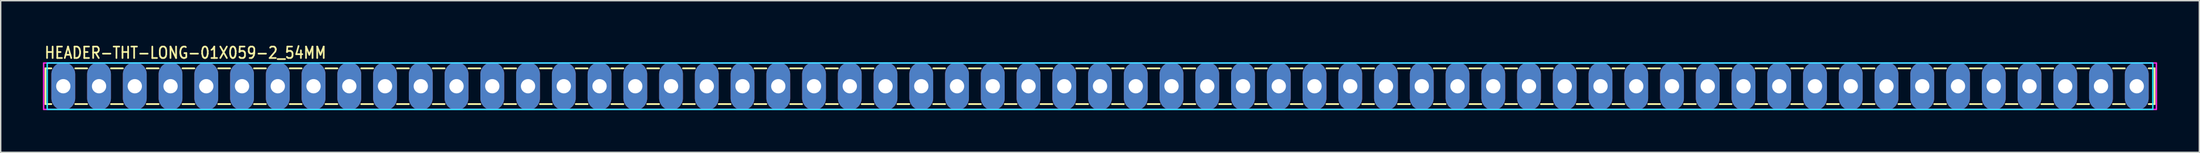
<source format=kicad_pcb>
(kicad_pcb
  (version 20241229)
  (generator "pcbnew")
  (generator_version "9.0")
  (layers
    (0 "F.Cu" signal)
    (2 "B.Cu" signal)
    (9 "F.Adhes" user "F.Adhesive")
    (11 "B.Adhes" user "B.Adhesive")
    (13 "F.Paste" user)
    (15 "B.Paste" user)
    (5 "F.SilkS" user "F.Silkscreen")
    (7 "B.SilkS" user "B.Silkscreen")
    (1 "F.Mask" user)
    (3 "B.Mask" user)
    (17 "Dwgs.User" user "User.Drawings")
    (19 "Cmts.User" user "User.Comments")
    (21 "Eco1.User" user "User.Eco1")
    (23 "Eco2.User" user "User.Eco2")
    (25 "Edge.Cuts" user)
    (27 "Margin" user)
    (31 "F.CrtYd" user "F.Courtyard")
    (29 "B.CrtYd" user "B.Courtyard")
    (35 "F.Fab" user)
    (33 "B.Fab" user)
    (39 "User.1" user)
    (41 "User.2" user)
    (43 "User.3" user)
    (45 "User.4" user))
  (footprint "HEADER-THT-LONG-01X059-2_54MM"
    (layer "F.Cu")
    (at 1.447 3.079)
    (property "Reference" "HEADER-THT-LONG-01X059-2_54MM" (at -1.4 -1.9 0) (unlocked yes) (layer "F.SilkS") (effects (font (size 0.813 0.695) (thickness 0.122)) (justify left bottom)))
    (fp_line (start -1.27 -1.27) (end -1.27 1.27) (stroke (width 0.127) (type solid)) (layer "F.SilkS"))
    (fp_line (start -1.27 1.27) (end -0.85 1.27) (stroke (width 0.127) (type solid)) (layer "F.SilkS"))
    (fp_line (start -0.85 -1.27) (end -1.27 -1.27) (stroke (width 0.127) (type solid)) (layer "F.SilkS"))
    (fp_line (start 0.85 -1.27) (end 1.69 -1.27) (stroke (width 0.127) (type solid)) (layer "F.SilkS"))
    (fp_line (start 0.85 1.27) (end 1.69 1.27) (stroke (width 0.127) (type solid)) (layer "F.SilkS"))
    (fp_line (start 3.39 -1.27) (end 4.23 -1.27) (stroke (width 0.127) (type solid)) (layer "F.SilkS"))
    (fp_line (start 3.39 1.27) (end 4.23 1.27) (stroke (width 0.127) (type solid)) (layer "F.SilkS"))
    (fp_line (start 5.93 -1.27) (end 6.77 -1.27) (stroke (width 0.127) (type solid)) (layer "F.SilkS"))
    (fp_line (start 5.93 1.27) (end 6.77 1.27) (stroke (width 0.127) (type solid)) (layer "F.SilkS"))
    (fp_line (start 8.47 -1.27) (end 9.31 -1.27) (stroke (width 0.127) (type solid)) (layer "F.SilkS"))
    (fp_line (start 8.47 1.27) (end 9.31 1.27) (stroke (width 0.127) (type solid)) (layer "F.SilkS"))
    (fp_line (start 11.01 -1.27) (end 11.85 -1.27) (stroke (width 0.127) (type solid)) (layer "F.SilkS"))
    (fp_line (start 11.01 1.27) (end 11.85 1.27) (stroke (width 0.127) (type solid)) (layer "F.SilkS"))
    (fp_line (start 13.55 -1.27) (end 14.39 -1.27) (stroke (width 0.127) (type solid)) (layer "F.SilkS"))
    (fp_line (start 13.55 1.27) (end 14.39 1.27) (stroke (width 0.127) (type solid)) (layer "F.SilkS"))
    (fp_line (start 16.09 -1.27) (end 16.93 -1.27) (stroke (width 0.127) (type solid)) (layer "F.SilkS"))
    (fp_line (start 16.09 1.27) (end 16.93 1.27) (stroke (width 0.127) (type solid)) (layer "F.SilkS"))
    (fp_line (start 18.63 -1.27) (end 19.47 -1.27) (stroke (width 0.127) (type solid)) (layer "F.SilkS"))
    (fp_line (start 18.63 1.27) (end 19.47 1.27) (stroke (width 0.127) (type solid)) (layer "F.SilkS"))
    (fp_line (start 21.17 -1.27) (end 22.01 -1.27) (stroke (width 0.127) (type solid)) (layer "F.SilkS"))
    (fp_line (start 21.17 1.27) (end 22.01 1.27) (stroke (width 0.127) (type solid)) (layer "F.SilkS"))
    (fp_line (start 23.71 -1.27) (end 24.55 -1.27) (stroke (width 0.127) (type solid)) (layer "F.SilkS"))
    (fp_line (start 23.71 1.27) (end 24.55 1.27) (stroke (width 0.127) (type solid)) (layer "F.SilkS"))
    (fp_line (start 26.25 -1.27) (end 27.09 -1.27) (stroke (width 0.127) (type solid)) (layer "F.SilkS"))
    (fp_line (start 26.25 1.27) (end 27.09 1.27) (stroke (width 0.127) (type solid)) (layer "F.SilkS"))
    (fp_line (start 28.79 -1.27) (end 29.63 -1.27) (stroke (width 0.127) (type solid)) (layer "F.SilkS"))
    (fp_line (start 28.79 1.27) (end 29.63 1.27) (stroke (width 0.127) (type solid)) (layer "F.SilkS"))
    (fp_line (start 31.33 -1.27) (end 32.17 -1.27) (stroke (width 0.127) (type solid)) (layer "F.SilkS"))
    (fp_line (start 31.33 1.27) (end 32.17 1.27) (stroke (width 0.127) (type solid)) (layer "F.SilkS"))
    (fp_line (start 33.87 -1.27) (end 34.71 -1.27) (stroke (width 0.127) (type solid)) (layer "F.SilkS"))
    (fp_line (start 33.87 1.27) (end 34.71 1.27) (stroke (width 0.127) (type solid)) (layer "F.SilkS"))
    (fp_line (start 36.41 -1.27) (end 37.25 -1.27) (stroke (width 0.127) (type solid)) (layer "F.SilkS"))
    (fp_line (start 36.41 1.27) (end 37.25 1.27) (stroke (width 0.127) (type solid)) (layer "F.SilkS"))
    (fp_line (start 38.95 -1.27) (end 39.79 -1.27) (stroke (width 0.127) (type solid)) (layer "F.SilkS"))
    (fp_line (start 38.95 1.27) (end 39.79 1.27) (stroke (width 0.127) (type solid)) (layer "F.SilkS"))
    (fp_line (start 41.49 -1.27) (end 42.33 -1.27) (stroke (width 0.127) (type solid)) (layer "F.SilkS"))
    (fp_line (start 41.49 1.27) (end 42.33 1.27) (stroke (width 0.127) (type solid)) (layer "F.SilkS"))
    (fp_line (start 44.03 -1.27) (end 44.87 -1.27) (stroke (width 0.127) (type solid)) (layer "F.SilkS"))
    (fp_line (start 44.03 1.27) (end 44.87 1.27) (stroke (width 0.127) (type solid)) (layer "F.SilkS"))
    (fp_line (start 46.57 -1.27) (end 47.41 -1.27) (stroke (width 0.127) (type solid)) (layer "F.SilkS"))
    (fp_line (start 46.57 1.27) (end 47.41 1.27) (stroke (width 0.127) (type solid)) (layer "F.SilkS"))
    (fp_line (start 49.11 -1.27) (end 49.95 -1.27) (stroke (width 0.127) (type solid)) (layer "F.SilkS"))
    (fp_line (start 49.11 1.27) (end 49.95 1.27) (stroke (width 0.127) (type solid)) (layer "F.SilkS"))
    (fp_line (start 51.65 -1.27) (end 52.49 -1.27) (stroke (width 0.127) (type solid)) (layer "F.SilkS"))
    (fp_line (start 51.65 1.27) (end 52.49 1.27) (stroke (width 0.127) (type solid)) (layer "F.SilkS"))
    (fp_line (start 54.19 -1.27) (end 55.03 -1.27) (stroke (width 0.127) (type solid)) (layer "F.SilkS"))
    (fp_line (start 54.19 1.27) (end 55.03 1.27) (stroke (width 0.127) (type solid)) (layer "F.SilkS"))
    (fp_line (start 56.73 -1.27) (end 57.57 -1.27) (stroke (width 0.127) (type solid)) (layer "F.SilkS"))
    (fp_line (start 56.73 1.27) (end 57.57 1.27) (stroke (width 0.127) (type solid)) (layer "F.SilkS"))
    (fp_line (start 59.27 -1.27) (end 60.11 -1.27) (stroke (width 0.127) (type solid)) (layer "F.SilkS"))
    (fp_line (start 59.27 1.27) (end 60.11 1.27) (stroke (width 0.127) (type solid)) (layer "F.SilkS"))
    (fp_line (start 61.81 -1.27) (end 62.65 -1.27) (stroke (width 0.127) (type solid)) (layer "F.SilkS"))
    (fp_line (start 61.81 1.27) (end 62.65 1.27) (stroke (width 0.127) (type solid)) (layer "F.SilkS"))
    (fp_line (start 64.35 -1.27) (end 65.19 -1.27) (stroke (width 0.127) (type solid)) (layer "F.SilkS"))
    (fp_line (start 64.35 1.27) (end 65.19 1.27) (stroke (width 0.127) (type solid)) (layer "F.SilkS"))
    (fp_line (start 66.89 -1.27) (end 67.73 -1.27) (stroke (width 0.127) (type solid)) (layer "F.SilkS"))
    (fp_line (start 66.89 1.27) (end 67.73 1.27) (stroke (width 0.127) (type solid)) (layer "F.SilkS"))
    (fp_line (start 69.43 -1.27) (end 70.27 -1.27) (stroke (width 0.127) (type solid)) (layer "F.SilkS"))
    (fp_line (start 69.43 1.27) (end 70.27 1.27) (stroke (width 0.127) (type solid)) (layer "F.SilkS"))
    (fp_line (start 71.97 -1.27) (end 72.81 -1.27) (stroke (width 0.127) (type solid)) (layer "F.SilkS"))
    (fp_line (start 71.97 1.27) (end 72.81 1.27) (stroke (width 0.127) (type solid)) (layer "F.SilkS"))
    (fp_line (start 74.51 -1.27) (end 75.35 -1.27) (stroke (width 0.127) (type solid)) (layer "F.SilkS"))
    (fp_line (start 74.51 1.27) (end 75.35 1.27) (stroke (width 0.127) (type solid)) (layer "F.SilkS"))
    (fp_line (start 77.05 -1.27) (end 77.89 -1.27) (stroke (width 0.127) (type solid)) (layer "F.SilkS"))
    (fp_line (start 77.05 1.27) (end 77.89 1.27) (stroke (width 0.127) (type solid)) (layer "F.SilkS"))
    (fp_line (start 79.59 -1.27) (end 80.43 -1.27) (stroke (width 0.127) (type solid)) (layer "F.SilkS"))
    (fp_line (start 79.59 1.27) (end 80.43 1.27) (stroke (width 0.127) (type solid)) (layer "F.SilkS"))
    (fp_line (start 82.13 -1.27) (end 82.97 -1.27) (stroke (width 0.127) (type solid)) (layer "F.SilkS"))
    (fp_line (start 82.13 1.27) (end 82.97 1.27) (stroke (width 0.127) (type solid)) (layer "F.SilkS"))
    (fp_line (start 84.67 -1.27) (end 85.51 -1.27) (stroke (width 0.127) (type solid)) (layer "F.SilkS"))
    (fp_line (start 84.67 1.27) (end 85.51 1.27) (stroke (width 0.127) (type solid)) (layer "F.SilkS"))
    (fp_line (start 87.21 -1.27) (end 88.05 -1.27) (stroke (width 0.127) (type solid)) (layer "F.SilkS"))
    (fp_line (start 87.21 1.27) (end 88.05 1.27) (stroke (width 0.127) (type solid)) (layer "F.SilkS"))
    (fp_line (start 89.75 -1.27) (end 90.59 -1.27) (stroke (width 0.127) (type solid)) (layer "F.SilkS"))
    (fp_line (start 89.75 1.27) (end 90.59 1.27) (stroke (width 0.127) (type solid)) (layer "F.SilkS"))
    (fp_line (start 92.29 -1.27) (end 93.13 -1.27) (stroke (width 0.127) (type solid)) (layer "F.SilkS"))
    (fp_line (start 92.29 1.27) (end 93.13 1.27) (stroke (width 0.127) (type solid)) (layer "F.SilkS"))
    (fp_line (start 94.83 -1.27) (end 95.67 -1.27) (stroke (width 0.127) (type solid)) (layer "F.SilkS"))
    (fp_line (start 94.83 1.27) (end 95.67 1.27) (stroke (width 0.127) (type solid)) (layer "F.SilkS"))
    (fp_line (start 97.37 -1.27) (end 98.21 -1.27) (stroke (width 0.127) (type solid)) (layer "F.SilkS"))
    (fp_line (start 97.37 1.27) (end 98.21 1.27) (stroke (width 0.127) (type solid)) (layer "F.SilkS"))
    (fp_line (start 99.91 -1.27) (end 100.75 -1.27) (stroke (width 0.127) (type solid)) (layer "F.SilkS"))
    (fp_line (start 99.91 1.27) (end 100.75 1.27) (stroke (width 0.127) (type solid)) (layer "F.SilkS"))
    (fp_line (start 102.45 -1.27) (end 103.29 -1.27) (stroke (width 0.127) (type solid)) (layer "F.SilkS"))
    (fp_line (start 102.45 1.27) (end 103.29 1.27) (stroke (width 0.127) (type solid)) (layer "F.SilkS"))
    (fp_line (start 104.99 -1.27) (end 105.83 -1.27) (stroke (width 0.127) (type solid)) (layer "F.SilkS"))
    (fp_line (start 104.99 1.27) (end 105.83 1.27) (stroke (width 0.127) (type solid)) (layer "F.SilkS"))
    (fp_line (start 107.53 -1.27) (end 108.37 -1.27) (stroke (width 0.127) (type solid)) (layer "F.SilkS"))
    (fp_line (start 107.53 1.27) (end 108.37 1.27) (stroke (width 0.127) (type solid)) (layer "F.SilkS"))
    (fp_line (start 110.07 -1.27) (end 110.91 -1.27) (stroke (width 0.127) (type solid)) (layer "F.SilkS"))
    (fp_line (start 110.07 1.27) (end 110.91 1.27) (stroke (width 0.127) (type solid)) (layer "F.SilkS"))
    (fp_line (start 112.61 -1.27) (end 113.45 -1.27) (stroke (width 0.127) (type solid)) (layer "F.SilkS"))
    (fp_line (start 112.61 1.27) (end 113.45 1.27) (stroke (width 0.127) (type solid)) (layer "F.SilkS"))
    (fp_line (start 115.15 -1.27) (end 115.99 -1.27) (stroke (width 0.127) (type solid)) (layer "F.SilkS"))
    (fp_line (start 115.15 1.27) (end 115.99 1.27) (stroke (width 0.127) (type solid)) (layer "F.SilkS"))
    (fp_line (start 117.69 -1.27) (end 118.53 -1.27) (stroke (width 0.127) (type solid)) (layer "F.SilkS"))
    (fp_line (start 117.69 1.27) (end 118.53 1.27) (stroke (width 0.127) (type solid)) (layer "F.SilkS"))
    (fp_line (start 120.23 -1.27) (end 121.07 -1.27) (stroke (width 0.127) (type solid)) (layer "F.SilkS"))
    (fp_line (start 120.23 1.27) (end 121.07 1.27) (stroke (width 0.127) (type solid)) (layer "F.SilkS"))
    (fp_line (start 122.77 -1.27) (end 123.61 -1.27) (stroke (width 0.127) (type solid)) (layer "F.SilkS"))
    (fp_line (start 122.77 1.27) (end 123.61 1.27) (stroke (width 0.127) (type solid)) (layer "F.SilkS"))
    (fp_line (start 125.31 -1.27) (end 126.15 -1.27) (stroke (width 0.127) (type solid)) (layer "F.SilkS"))
    (fp_line (start 125.31 1.27) (end 126.15 1.27) (stroke (width 0.127) (type solid)) (layer "F.SilkS"))
    (fp_line (start 127.85 -1.27) (end 128.69 -1.27) (stroke (width 0.127) (type solid)) (layer "F.SilkS"))
    (fp_line (start 127.85 1.27) (end 128.69 1.27) (stroke (width 0.127) (type solid)) (layer "F.SilkS"))
    (fp_line (start 130.39 -1.27) (end 131.23 -1.27) (stroke (width 0.127) (type solid)) (layer "F.SilkS"))
    (fp_line (start 130.39 1.27) (end 131.23 1.27) (stroke (width 0.127) (type solid)) (layer "F.SilkS"))
    (fp_line (start 132.93 -1.27) (end 133.77 -1.27) (stroke (width 0.127) (type solid)) (layer "F.SilkS"))
    (fp_line (start 132.93 1.27) (end 133.77 1.27) (stroke (width 0.127) (type solid)) (layer "F.SilkS"))
    (fp_line (start 135.47 -1.27) (end 136.31 -1.27) (stroke (width 0.127) (type solid)) (layer "F.SilkS"))
    (fp_line (start 135.47 1.27) (end 136.31 1.27) (stroke (width 0.127) (type solid)) (layer "F.SilkS"))
    (fp_line (start 138.01 -1.27) (end 138.85 -1.27) (stroke (width 0.127) (type solid)) (layer "F.SilkS"))
    (fp_line (start 138.01 1.27) (end 138.85 1.27) (stroke (width 0.127) (type solid)) (layer "F.SilkS"))
    (fp_line (start 140.55 -1.27) (end 141.39 -1.27) (stroke (width 0.127) (type solid)) (layer "F.SilkS"))
    (fp_line (start 140.55 1.27) (end 141.39 1.27) (stroke (width 0.127) (type solid)) (layer "F.SilkS"))
    (fp_line (start 143.09 -1.27) (end 143.93 -1.27) (stroke (width 0.127) (type solid)) (layer "F.SilkS"))
    (fp_line (start 143.09 1.27) (end 143.93 1.27) (stroke (width 0.127) (type solid)) (layer "F.SilkS"))
    (fp_line (start 145.63 -1.27) (end 146.47 -1.27) (stroke (width 0.127) (type solid)) (layer "F.SilkS"))
    (fp_line (start 145.63 1.27) (end 146.47 1.27) (stroke (width 0.127) (type solid)) (layer "F.SilkS"))
    (fp_line (start 148.17 -1.27) (end 148.59 -1.27) (stroke (width 0.127) (type solid)) (layer "F.SilkS"))
    (fp_line (start 148.59 -1.27) (end 148.59 1.27) (stroke (width 0.127) (type solid)) (layer "F.SilkS"))
    (fp_line (start 148.59 1.27) (end 148.17 1.27) (stroke (width 0.127) (type solid)) (layer "F.SilkS"))
    (fp_poly (pts (xy -1.143 -1.651) (xy 148.463 -1.651) (xy 148.463 1.651) (xy -1.143 1.651)) (stroke (width 0.1) (type solid)) (fill no) (layer "B.CrtYd"))
    (fp_poly (pts (xy -1.397 -1.651) (xy 148.717 -1.651) (xy 148.717 1.651) (xy -1.397 1.651)) (stroke (width 0.1) (type solid)) (fill no) (layer "F.CrtYd"))
    (pad "1" thru_hole oval (at 0 0 90) (size 3.387 1.693) (drill 1.016) (layers "*.Cu" "*.Mask"))
    (pad "2" thru_hole oval (at 2.54 0 90) (size 3.387 1.693) (drill 1.016) (layers "*.Cu" "*.Mask"))
    (pad "3" thru_hole oval (at 5.08 0 90) (size 3.387 1.693) (drill 1.016) (layers "*.Cu" "*.Mask"))
    (pad "4" thru_hole oval (at 7.62 0 90) (size 3.387 1.693) (drill 1.016) (layers "*.Cu" "*.Mask"))
    (pad "5" thru_hole oval (at 10.16 0 90) (size 3.387 1.693) (drill 1.016) (layers "*.Cu" "*.Mask"))
    (pad "6" thru_hole oval (at 12.7 0 90) (size 3.387 1.693) (drill 1.016) (layers "*.Cu" "*.Mask"))
    (pad "7" thru_hole oval (at 15.24 0 90) (size 3.387 1.693) (drill 1.016) (layers "*.Cu" "*.Mask"))
    (pad "8" thru_hole oval (at 17.78 0 90) (size 3.387 1.693) (drill 1.016) (layers "*.Cu" "*.Mask"))
    (pad "9" thru_hole oval (at 20.32 0 90) (size 3.387 1.693) (drill 1.016) (layers "*.Cu" "*.Mask"))
    (pad "10" thru_hole oval (at 22.86 0 90) (size 3.387 1.693) (drill 1.016) (layers "*.Cu" "*.Mask"))
    (pad "11" thru_hole oval (at 25.4 0 90) (size 3.387 1.693) (drill 1.016) (layers "*.Cu" "*.Mask"))
    (pad "12" thru_hole oval (at 27.94 0 90) (size 3.387 1.693) (drill 1.016) (layers "*.Cu" "*.Mask"))
    (pad "13" thru_hole oval (at 30.48 0 90) (size 3.387 1.693) (drill 1.016) (layers "*.Cu" "*.Mask"))
    (pad "14" thru_hole oval (at 33.02 0 90) (size 3.387 1.693) (drill 1.016) (layers "*.Cu" "*.Mask"))
    (pad "15" thru_hole oval (at 35.56 0 90) (size 3.387 1.693) (drill 1.016) (layers "*.Cu" "*.Mask"))
    (pad "16" thru_hole oval (at 38.1 0 90) (size 3.387 1.693) (drill 1.016) (layers "*.Cu" "*.Mask"))
    (pad "17" thru_hole oval (at 40.64 0 90) (size 3.387 1.693) (drill 1.016) (layers "*.Cu" "*.Mask"))
    (pad "18" thru_hole oval (at 43.18 0 90) (size 3.387 1.693) (drill 1.016) (layers "*.Cu" "*.Mask"))
    (pad "19" thru_hole oval (at 45.72 0 90) (size 3.387 1.693) (drill 1.016) (layers "*.Cu" "*.Mask"))
    (pad "20" thru_hole oval (at 48.26 0 90) (size 3.387 1.693) (drill 1.016) (layers "*.Cu" "*.Mask"))
    (pad "21" thru_hole oval (at 50.8 0 90) (size 3.387 1.693) (drill 1.016) (layers "*.Cu" "*.Mask"))
    (pad "22" thru_hole oval (at 53.34 0 90) (size 3.387 1.693) (drill 1.016) (layers "*.Cu" "*.Mask"))
    (pad "23" thru_hole oval (at 55.88 0 90) (size 3.387 1.693) (drill 1.016) (layers "*.Cu" "*.Mask"))
    (pad "24" thru_hole oval (at 58.42 0 90) (size 3.387 1.693) (drill 1.016) (layers "*.Cu" "*.Mask"))
    (pad "25" thru_hole oval (at 60.96 0 90) (size 3.387 1.693) (drill 1.016) (layers "*.Cu" "*.Mask"))
    (pad "26" thru_hole oval (at 63.5 0 90) (size 3.387 1.693) (drill 1.016) (layers "*.Cu" "*.Mask"))
    (pad "27" thru_hole oval (at 66.04 0 90) (size 3.387 1.693) (drill 1.016) (layers "*.Cu" "*.Mask"))
    (pad "28" thru_hole oval (at 68.58 0 90) (size 3.387 1.693) (drill 1.016) (layers "*.Cu" "*.Mask"))
    (pad "29" thru_hole oval (at 71.12 0 90) (size 3.387 1.693) (drill 1.016) (layers "*.Cu" "*.Mask"))
    (pad "30" thru_hole oval (at 73.66 0 90) (size 3.387 1.693) (drill 1.016) (layers "*.Cu" "*.Mask"))
    (pad "31" thru_hole oval (at 76.2 0 90) (size 3.387 1.693) (drill 1.016) (layers "*.Cu" "*.Mask"))
    (pad "32" thru_hole oval (at 78.74 0 90) (size 3.387 1.693) (drill 1.016) (layers "*.Cu" "*.Mask"))
    (pad "33" thru_hole oval (at 81.28 0 90) (size 3.387 1.693) (drill 1.016) (layers "*.Cu" "*.Mask"))
    (pad "34" thru_hole oval (at 83.82 0 90) (size 3.387 1.693) (drill 1.016) (layers "*.Cu" "*.Mask"))
    (pad "35" thru_hole oval (at 86.36 0 90) (size 3.387 1.693) (drill 1.016) (layers "*.Cu" "*.Mask"))
    (pad "36" thru_hole oval (at 88.9 0 90) (size 3.387 1.693) (drill 1.016) (layers "*.Cu" "*.Mask"))
    (pad "37" thru_hole oval (at 91.44 0 90) (size 3.387 1.693) (drill 1.016) (layers "*.Cu" "*.Mask"))
    (pad "38" thru_hole oval (at 93.98 0 90) (size 3.387 1.693) (drill 1.016) (layers "*.Cu" "*.Mask"))
    (pad "39" thru_hole oval (at 96.52 0 90) (size 3.387 1.693) (drill 1.016) (layers "*.Cu" "*.Mask"))
    (pad "40" thru_hole oval (at 99.06 0 90) (size 3.387 1.693) (drill 1.016) (layers "*.Cu" "*.Mask"))
    (pad "41" thru_hole oval (at 101.6 0 90) (size 3.387 1.693) (drill 1.016) (layers "*.Cu" "*.Mask"))
    (pad "42" thru_hole oval (at 104.14 0 90) (size 3.387 1.693) (drill 1.016) (layers "*.Cu" "*.Mask"))
    (pad "43" thru_hole oval (at 106.68 0 90) (size 3.387 1.693) (drill 1.016) (layers "*.Cu" "*.Mask"))
    (pad "44" thru_hole oval (at 109.22 0 90) (size 3.387 1.693) (drill 1.016) (layers "*.Cu" "*.Mask"))
    (pad "45" thru_hole oval (at 111.76 0 90) (size 3.387 1.693) (drill 1.016) (layers "*.Cu" "*.Mask"))
    (pad "46" thru_hole oval (at 114.3 0 90) (size 3.387 1.693) (drill 1.016) (layers "*.Cu" "*.Mask"))
    (pad "47" thru_hole oval (at 116.84 0 90) (size 3.387 1.693) (drill 1.016) (layers "*.Cu" "*.Mask"))
    (pad "48" thru_hole oval (at 119.38 0 90) (size 3.387 1.693) (drill 1.016) (layers "*.Cu" "*.Mask"))
    (pad "49" thru_hole oval (at 121.92 0 90) (size 3.387 1.693) (drill 1.016) (layers "*.Cu" "*.Mask"))
    (pad "50" thru_hole oval (at 124.46 0 90) (size 3.387 1.693) (drill 1.016) (layers "*.Cu" "*.Mask"))
    (pad "51" thru_hole oval (at 127 0 90) (size 3.387 1.693) (drill 1.016) (layers "*.Cu" "*.Mask"))
    (pad "52" thru_hole oval (at 129.54 0 90) (size 3.387 1.693) (drill 1.016) (layers "*.Cu" "*.Mask"))
    (pad "53" thru_hole oval (at 132.08 0 90) (size 3.387 1.693) (drill 1.016) (layers "*.Cu" "*.Mask"))
    (pad "54" thru_hole oval (at 134.62 0 90) (size 3.387 1.693) (drill 1.016) (layers "*.Cu" "*.Mask"))
    (pad "55" thru_hole oval (at 137.16 0 90) (size 3.387 1.693) (drill 1.016) (layers "*.Cu" "*.Mask"))
    (pad "56" thru_hole oval (at 139.7 0 90) (size 3.387 1.693) (drill 1.016) (layers "*.Cu" "*.Mask"))
    (pad "57" thru_hole oval (at 142.24 0 90) (size 3.387 1.693) (drill 1.016) (layers "*.Cu" "*.Mask"))
    (pad "58" thru_hole oval (at 144.78 0 90) (size 3.387 1.693) (drill 1.016) (layers "*.Cu" "*.Mask"))
    (pad "59" thru_hole oval (at 147.32 0 90) (size 3.387 1.693) (drill 1.016) (layers "*.Cu" "*.Mask")))
  (gr_rect
    (start -3 -3)
    (end 153.214 7.78)
    (stroke (width 0.1) (type default))
    (fill no)
    (layer "Edge.Cuts")))
</source>
